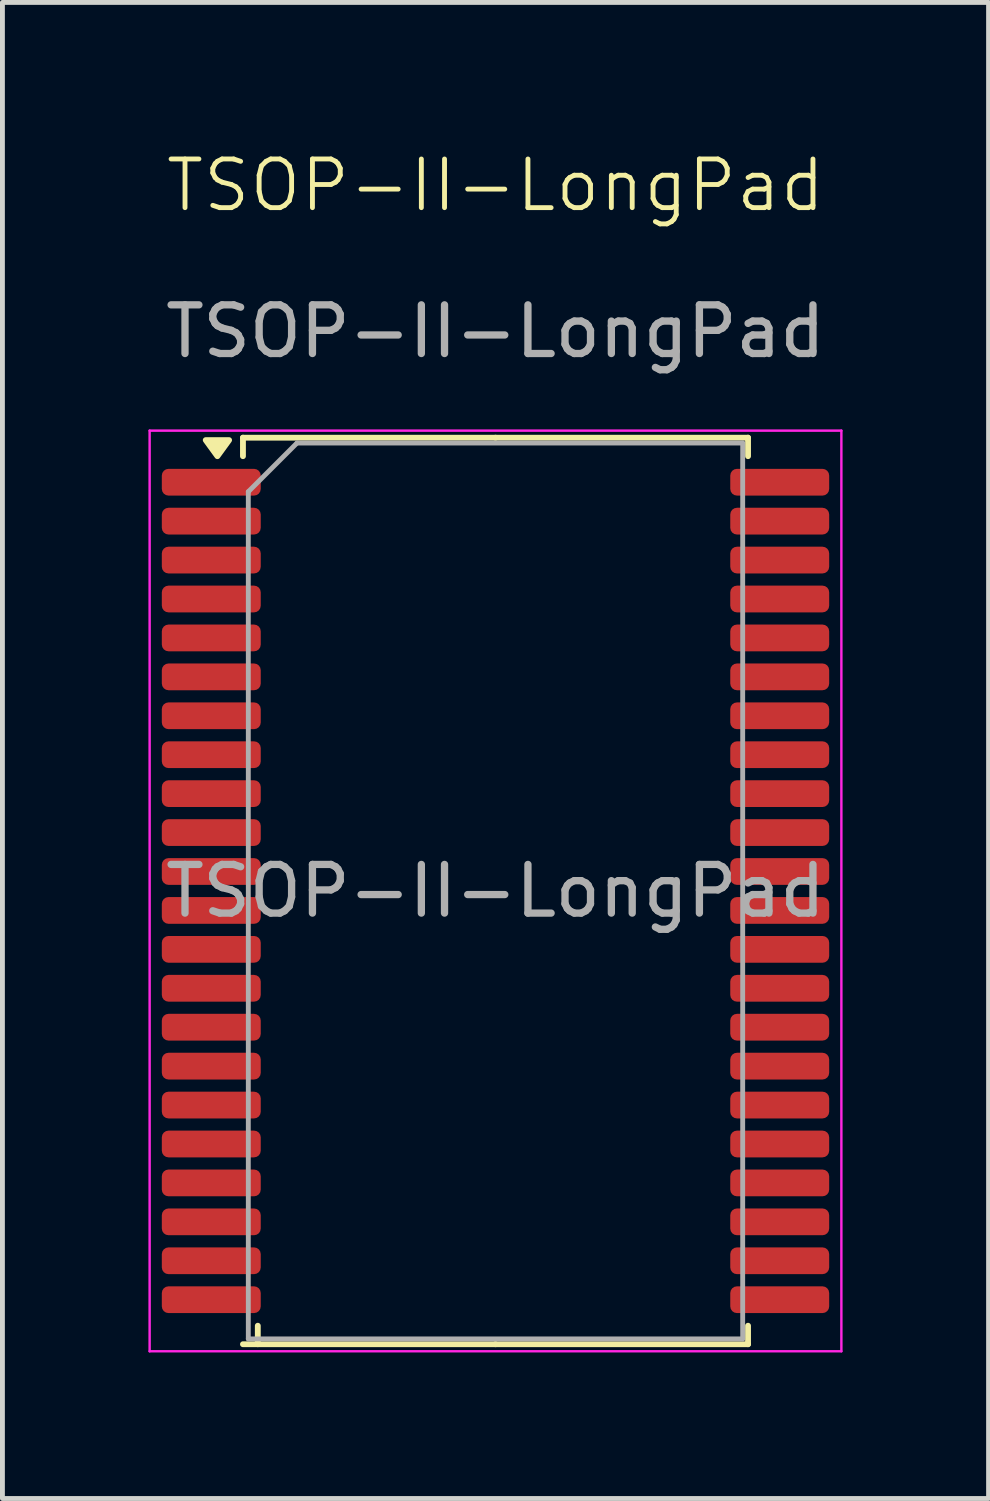
<source format=kicad_pcb>
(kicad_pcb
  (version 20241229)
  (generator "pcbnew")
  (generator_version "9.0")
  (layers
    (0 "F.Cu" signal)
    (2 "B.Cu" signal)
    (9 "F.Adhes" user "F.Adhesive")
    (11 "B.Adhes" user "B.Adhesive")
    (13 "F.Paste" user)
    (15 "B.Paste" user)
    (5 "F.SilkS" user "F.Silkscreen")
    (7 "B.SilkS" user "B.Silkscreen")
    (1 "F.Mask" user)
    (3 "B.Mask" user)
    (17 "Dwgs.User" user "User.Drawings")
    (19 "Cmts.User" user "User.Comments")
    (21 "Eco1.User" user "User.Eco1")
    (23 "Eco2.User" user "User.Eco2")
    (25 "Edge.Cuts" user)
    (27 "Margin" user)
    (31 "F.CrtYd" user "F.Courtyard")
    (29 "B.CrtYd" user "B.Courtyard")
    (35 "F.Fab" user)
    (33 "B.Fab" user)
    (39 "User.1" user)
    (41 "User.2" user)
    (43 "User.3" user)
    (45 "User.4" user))
  (footprint "TSOP-II-LongPad"
    (layer "F.Cu")
    (at 7.133 1.26)
    (property "Reference" "TSOP-II-LongPad" (at 0 -0.5 0) (unlocked yes) (layer "F.SilkS") (effects (font (size 1 1) (thickness 0.1))))
    (attr smd)
    (fp_line (start -5.19 4.685) (end -5.19 5.065) (stroke (width 0.12) (type solid)) (layer "F.SilkS"))
    (fp_line (start -4.885 23.315) (end -4.885 22.935) (stroke (width 0.12) (type solid)) (layer "F.SilkS"))
    (fp_line (start 0 4.685) (end -5.19 4.685) (stroke (width 0.12) (type solid)) (layer "F.SilkS"))
    (fp_line (start 0 4.685) (end 5.19 4.685) (stroke (width 0.12) (type solid)) (layer "F.SilkS"))
    (fp_line (start 0 23.315) (end -5.19 23.315) (stroke (width 0.12) (type solid)) (layer "F.SilkS"))
    (fp_line (start 0 23.315) (end 5.19 23.315) (stroke (width 0.12) (type solid)) (layer "F.SilkS"))
    (fp_line (start 5.19 4.685) (end 5.19 5.065) (stroke (width 0.12) (type solid)) (layer "F.SilkS"))
    (fp_line (start 5.19 23.315) (end 5.19 22.935) (stroke (width 0.12) (type solid)) (layer "F.SilkS"))
    (fp_poly (pts (xy -5.715 5.065) (xy -5.955 4.735) (xy -5.475 4.735) (xy -5.715 5.065)) (stroke (width 0.12) (type solid)) (fill yes) (layer "F.SilkS"))
    (fp_line (start -7.108 4.54) (end -7.108 23.46) (stroke (width 0.05) (type solid)) (layer "F.CrtYd"))
    (fp_line (start -7.108 23.46) (end 7.108 23.46) (stroke (width 0.05) (type solid)) (layer "F.CrtYd"))
    (fp_line (start 7.108 4.54) (end -7.108 4.54) (stroke (width 0.05) (type solid)) (layer "F.CrtYd"))
    (fp_line (start 7.108 23.46) (end 7.108 4.54) (stroke (width 0.05) (type solid)) (layer "F.CrtYd"))
    (fp_line (start -5.08 5.795) (end -4.08 4.795) (stroke (width 0.1) (type solid)) (layer "F.Fab"))
    (fp_line (start -5.08 23.205) (end -5.08 5.795) (stroke (width 0.1) (type solid)) (layer "F.Fab"))
    (fp_line (start -4.08 4.795) (end 5.08 4.795) (stroke (width 0.1) (type solid)) (layer "F.Fab"))
    (fp_line (start 5.08 4.795) (end 5.08 23.205) (stroke (width 0.1) (type solid)) (layer "F.Fab"))
    (fp_line (start 5.08 23.205) (end -5.08 23.205) (stroke (width 0.1) (type solid)) (layer "F.Fab"))
    (fp_text user "${REFERENCE}" (at 0 14 0) (layer "F.Fab") (effects (font (size 1 1) (thickness 0.15))))
    (fp_text user "${REFERENCE}" (at 0 2.5 0) (unlocked yes) (layer "F.Fab") (effects (font (size 1 1) (thickness 0.15))))
    (pad "1" smd roundrect (at -5.841 5.6) (size 2.033 0.55) (layers "F.Cu" "F.Mask" "F.Paste") (roundrect_rratio 0.25))
    (pad "2" smd roundrect (at -5.841 6.4) (size 2.033 0.55) (layers "F.Cu" "F.Mask" "F.Paste") (roundrect_rratio 0.25))
    (pad "3" smd roundrect (at -5.841 7.2) (size 2.033 0.55) (layers "F.Cu" "F.Mask" "F.Paste") (roundrect_rratio 0.25))
    (pad "4" smd roundrect (at -5.841 8) (size 2.033 0.55) (layers "F.Cu" "F.Mask" "F.Paste") (roundrect_rratio 0.25))
    (pad "5" smd roundrect (at -5.841 8.8) (size 2.033 0.55) (layers "F.Cu" "F.Mask" "F.Paste") (roundrect_rratio 0.25))
    (pad "6" smd roundrect (at -5.841 9.6) (size 2.033 0.55) (layers "F.Cu" "F.Mask" "F.Paste") (roundrect_rratio 0.25))
    (pad "7" smd roundrect (at -5.841 10.4) (size 2.033 0.55) (layers "F.Cu" "F.Mask" "F.Paste") (roundrect_rratio 0.25))
    (pad "8" smd roundrect (at -5.841 11.2) (size 2.033 0.55) (layers "F.Cu" "F.Mask" "F.Paste") (roundrect_rratio 0.25))
    (pad "9" smd roundrect (at -5.841 12) (size 2.033 0.55) (layers "F.Cu" "F.Mask" "F.Paste") (roundrect_rratio 0.25))
    (pad "10" smd roundrect (at -5.841 12.8) (size 2.033 0.55) (layers "F.Cu" "F.Mask" "F.Paste") (roundrect_rratio 0.25))
    (pad "11" smd roundrect (at -5.841 13.6) (size 2.033 0.55) (layers "F.Cu" "F.Mask" "F.Paste") (roundrect_rratio 0.25))
    (pad "12" smd roundrect (at -5.841 14.4) (size 2.033 0.55) (layers "F.Cu" "F.Mask" "F.Paste") (roundrect_rratio 0.25))
    (pad "13" smd roundrect (at -5.841 15.2) (size 2.033 0.55) (layers "F.Cu" "F.Mask" "F.Paste") (roundrect_rratio 0.25))
    (pad "14" smd roundrect (at -5.841 16) (size 2.033 0.55) (layers "F.Cu" "F.Mask" "F.Paste") (roundrect_rratio 0.25))
    (pad "15" smd roundrect (at -5.841 16.8) (size 2.033 0.55) (layers "F.Cu" "F.Mask" "F.Paste") (roundrect_rratio 0.25))
    (pad "16" smd roundrect (at -5.841 17.6) (size 2.033 0.55) (layers "F.Cu" "F.Mask" "F.Paste") (roundrect_rratio 0.25))
    (pad "17" smd roundrect (at -5.841 18.4) (size 2.033 0.55) (layers "F.Cu" "F.Mask" "F.Paste") (roundrect_rratio 0.25))
    (pad "18" smd roundrect (at -5.841 19.2) (size 2.033 0.55) (layers "F.Cu" "F.Mask" "F.Paste") (roundrect_rratio 0.25))
    (pad "19" smd roundrect (at -5.841 20) (size 2.033 0.55) (layers "F.Cu" "F.Mask" "F.Paste") (roundrect_rratio 0.25))
    (pad "20" smd roundrect (at -5.841 20.8) (size 2.033 0.55) (layers "F.Cu" "F.Mask" "F.Paste") (roundrect_rratio 0.25))
    (pad "21" smd roundrect (at -5.841 21.6) (size 2.033 0.55) (layers "F.Cu" "F.Mask" "F.Paste") (roundrect_rratio 0.25))
    (pad "22" smd roundrect (at -5.841 22.4) (size 2.033 0.55) (layers "F.Cu" "F.Mask" "F.Paste") (roundrect_rratio 0.25))
    (pad "23" smd roundrect (at 5.841 22.4) (size 2.033 0.55) (layers "F.Cu" "F.Mask" "F.Paste") (roundrect_rratio 0.25))
    (pad "24" smd roundrect (at 5.841 21.6) (size 2.033 0.55) (layers "F.Cu" "F.Mask" "F.Paste") (roundrect_rratio 0.25))
    (pad "25" smd roundrect (at 5.841 20.8) (size 2.033 0.55) (layers "F.Cu" "F.Mask" "F.Paste") (roundrect_rratio 0.25))
    (pad "26" smd roundrect (at 5.841 20) (size 2.033 0.55) (layers "F.Cu" "F.Mask" "F.Paste") (roundrect_rratio 0.25))
    (pad "27" smd roundrect (at 5.841 19.2) (size 2.033 0.55) (layers "F.Cu" "F.Mask" "F.Paste") (roundrect_rratio 0.25))
    (pad "28" smd roundrect (at 5.841 18.4) (size 2.033 0.55) (layers "F.Cu" "F.Mask" "F.Paste") (roundrect_rratio 0.25))
    (pad "29" smd roundrect (at 5.841 17.6) (size 2.033 0.55) (layers "F.Cu" "F.Mask" "F.Paste") (roundrect_rratio 0.25))
    (pad "30" smd roundrect (at 5.841 16.8) (size 2.033 0.55) (layers "F.Cu" "F.Mask" "F.Paste") (roundrect_rratio 0.25))
    (pad "31" smd roundrect (at 5.841 16) (size 2.033 0.55) (layers "F.Cu" "F.Mask" "F.Paste") (roundrect_rratio 0.25))
    (pad "32" smd roundrect (at 5.841 15.2) (size 2.033 0.55) (layers "F.Cu" "F.Mask" "F.Paste") (roundrect_rratio 0.25))
    (pad "33" smd roundrect (at 5.841 14.4) (size 2.033 0.55) (layers "F.Cu" "F.Mask" "F.Paste") (roundrect_rratio 0.25))
    (pad "34" smd roundrect (at 5.841 13.6) (size 2.033 0.55) (layers "F.Cu" "F.Mask" "F.Paste") (roundrect_rratio 0.25))
    (pad "35" smd roundrect (at 5.841 12.8) (size 2.033 0.55) (layers "F.Cu" "F.Mask" "F.Paste") (roundrect_rratio 0.25))
    (pad "36" smd roundrect (at 5.841 12) (size 2.033 0.55) (layers "F.Cu" "F.Mask" "F.Paste") (roundrect_rratio 0.25))
    (pad "37" smd roundrect (at 5.841 11.2) (size 2.033 0.55) (layers "F.Cu" "F.Mask" "F.Paste") (roundrect_rratio 0.25))
    (pad "38" smd roundrect (at 5.841 10.4) (size 2.033 0.55) (layers "F.Cu" "F.Mask" "F.Paste") (roundrect_rratio 0.25))
    (pad "39" smd roundrect (at 5.841 9.6) (size 2.033 0.55) (layers "F.Cu" "F.Mask" "F.Paste") (roundrect_rratio 0.25))
    (pad "40" smd roundrect (at 5.841 8.8) (size 2.033 0.55) (layers "F.Cu" "F.Mask" "F.Paste") (roundrect_rratio 0.25))
    (pad "41" smd roundrect (at 5.841 8) (size 2.033 0.55) (layers "F.Cu" "F.Mask" "F.Paste") (roundrect_rratio 0.25))
    (pad "42" smd roundrect (at 5.841 7.2) (size 2.033 0.55) (layers "F.Cu" "F.Mask" "F.Paste") (roundrect_rratio 0.25))
    (pad "43" smd roundrect (at 5.841 6.4) (size 2.033 0.55) (layers "F.Cu" "F.Mask" "F.Paste") (roundrect_rratio 0.25))
    (pad "44" smd roundrect (at 5.841 5.6) (size 2.033 0.55) (layers "F.Cu" "F.Mask" "F.Paste") (roundrect_rratio 0.25)))
  (gr_rect
    (start -3 -3)
    (end 17.266 27.745)
    (stroke (width 0.1) (type default))
    (fill no)
    (layer "Edge.Cuts")))
</source>
